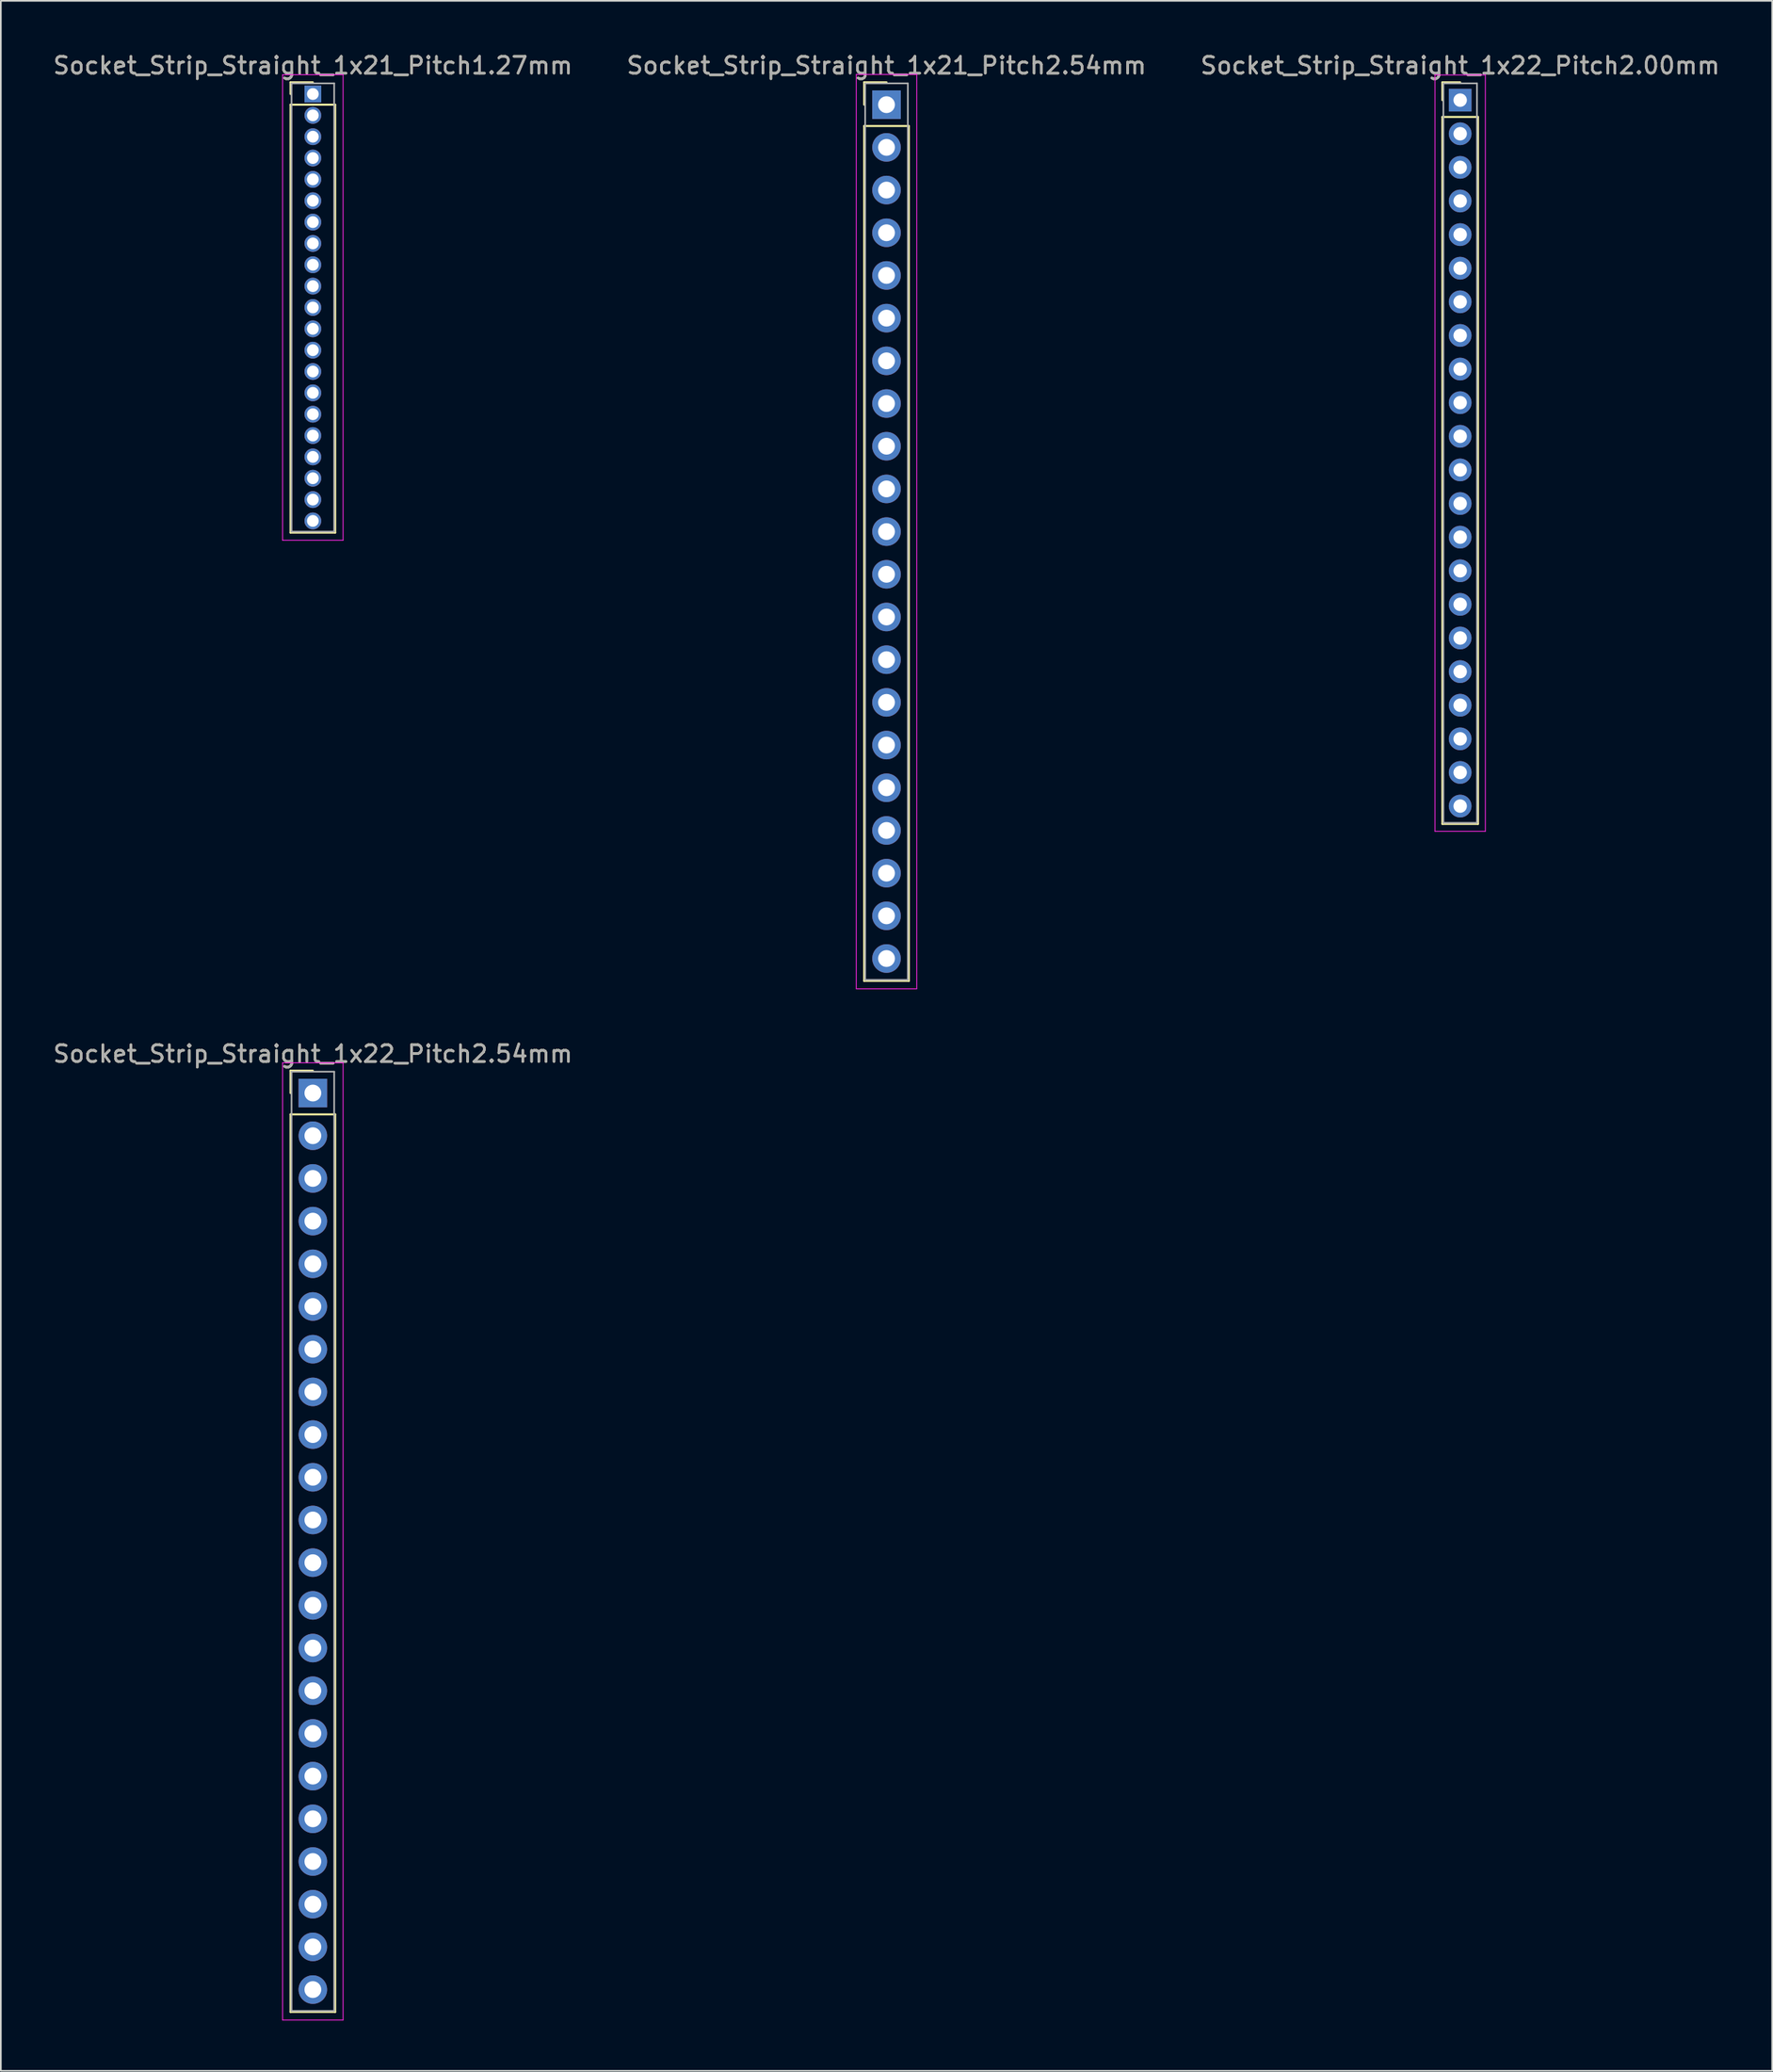
<source format=kicad_pcb>
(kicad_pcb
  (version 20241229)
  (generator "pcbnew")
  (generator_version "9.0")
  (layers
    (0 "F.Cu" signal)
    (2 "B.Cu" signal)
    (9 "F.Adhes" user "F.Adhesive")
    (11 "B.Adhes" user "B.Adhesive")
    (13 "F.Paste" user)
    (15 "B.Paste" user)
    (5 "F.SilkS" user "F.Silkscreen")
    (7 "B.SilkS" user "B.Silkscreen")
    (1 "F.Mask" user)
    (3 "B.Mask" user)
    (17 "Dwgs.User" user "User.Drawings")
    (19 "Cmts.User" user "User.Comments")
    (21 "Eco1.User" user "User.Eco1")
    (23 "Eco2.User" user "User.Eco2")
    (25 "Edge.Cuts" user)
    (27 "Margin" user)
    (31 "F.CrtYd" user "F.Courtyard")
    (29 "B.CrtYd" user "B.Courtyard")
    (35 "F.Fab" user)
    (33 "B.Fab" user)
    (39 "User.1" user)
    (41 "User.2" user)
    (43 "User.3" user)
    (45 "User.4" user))
  (footprint "Socket_Strip_Straight_1x22_Pitch2.54mm"
    (layer "F.Cu")
    (at 15.577 61.981)
    (property "Reference" "Socket_Strip_Straight_1x22_Pitch2.54mm" (at 0 -2.33 0) (layer "F.SilkS") (effects (font (size 1 1) (thickness 0.15))))
    (attr through_hole)
    (fp_line (start -1.33 -1.33) (end 0 -1.33) (stroke (width 0.12) (type solid)) (layer "F.SilkS"))
    (fp_line (start -1.33 0) (end -1.33 -1.33) (stroke (width 0.12) (type solid)) (layer "F.SilkS"))
    (fp_line (start -1.33 1.27) (end -1.33 54.67) (stroke (width 0.12) (type solid)) (layer "F.SilkS"))
    (fp_line (start -1.33 54.67) (end 1.33 54.67) (stroke (width 0.12) (type solid)) (layer "F.SilkS"))
    (fp_line (start 1.33 1.27) (end -1.33 1.27) (stroke (width 0.12) (type solid)) (layer "F.SilkS"))
    (fp_line (start 1.33 54.67) (end 1.33 1.27) (stroke (width 0.12) (type solid)) (layer "F.SilkS"))
    (fp_line (start -1.8 -1.8) (end -1.8 55.15) (stroke (width 0.05) (type solid)) (layer "F.CrtYd"))
    (fp_line (start -1.8 55.15) (end 1.8 55.15) (stroke (width 0.05) (type solid)) (layer "F.CrtYd"))
    (fp_line (start 1.8 -1.8) (end -1.8 -1.8) (stroke (width 0.05) (type solid)) (layer "F.CrtYd"))
    (fp_line (start 1.8 55.15) (end 1.8 -1.8) (stroke (width 0.05) (type solid)) (layer "F.CrtYd"))
    (fp_line (start -1.27 -1.27) (end -1.27 54.61) (stroke (width 0.1) (type solid)) (layer "F.Fab"))
    (fp_line (start -1.27 54.61) (end 1.27 54.61) (stroke (width 0.1) (type solid)) (layer "F.Fab"))
    (fp_line (start 1.27 -1.27) (end -1.27 -1.27) (stroke (width 0.1) (type solid)) (layer "F.Fab"))
    (fp_line (start 1.27 54.61) (end 1.27 -1.27) (stroke (width 0.1) (type solid)) (layer "F.Fab"))
    (fp_text user "${REFERENCE}" (at 0 -2.33 0) (layer "F.Fab") (effects (font (size 1 1) (thickness 0.15))))
    (pad "1" thru_hole rect (at 0 0) (size 1.7 1.7) (drill 1) (layers "*.Cu" "*.Mask"))
    (pad "2" thru_hole oval (at 0 2.54) (size 1.7 1.7) (drill 1) (layers "*.Cu" "*.Mask"))
    (pad "3" thru_hole oval (at 0 5.08) (size 1.7 1.7) (drill 1) (layers "*.Cu" "*.Mask"))
    (pad "4" thru_hole oval (at 0 7.62) (size 1.7 1.7) (drill 1) (layers "*.Cu" "*.Mask"))
    (pad "5" thru_hole oval (at 0 10.16) (size 1.7 1.7) (drill 1) (layers "*.Cu" "*.Mask"))
    (pad "6" thru_hole oval (at 0 12.7) (size 1.7 1.7) (drill 1) (layers "*.Cu" "*.Mask"))
    (pad "7" thru_hole oval (at 0 15.24) (size 1.7 1.7) (drill 1) (layers "*.Cu" "*.Mask"))
    (pad "8" thru_hole oval (at 0 17.78) (size 1.7 1.7) (drill 1) (layers "*.Cu" "*.Mask"))
    (pad "9" thru_hole oval (at 0 20.32) (size 1.7 1.7) (drill 1) (layers "*.Cu" "*.Mask"))
    (pad "10" thru_hole oval (at 0 22.86) (size 1.7 1.7) (drill 1) (layers "*.Cu" "*.Mask"))
    (pad "11" thru_hole oval (at 0 25.4) (size 1.7 1.7) (drill 1) (layers "*.Cu" "*.Mask"))
    (pad "12" thru_hole oval (at 0 27.94) (size 1.7 1.7) (drill 1) (layers "*.Cu" "*.Mask"))
    (pad "13" thru_hole oval (at 0 30.48) (size 1.7 1.7) (drill 1) (layers "*.Cu" "*.Mask"))
    (pad "14" thru_hole oval (at 0 33.02) (size 1.7 1.7) (drill 1) (layers "*.Cu" "*.Mask"))
    (pad "15" thru_hole oval (at 0 35.56) (size 1.7 1.7) (drill 1) (layers "*.Cu" "*.Mask"))
    (pad "16" thru_hole oval (at 0 38.1) (size 1.7 1.7) (drill 1) (layers "*.Cu" "*.Mask"))
    (pad "17" thru_hole oval (at 0 40.64) (size 1.7 1.7) (drill 1) (layers "*.Cu" "*.Mask"))
    (pad "18" thru_hole oval (at 0 43.18) (size 1.7 1.7) (drill 1) (layers "*.Cu" "*.Mask"))
    (pad "19" thru_hole oval (at 0 45.72) (size 1.7 1.7) (drill 1) (layers "*.Cu" "*.Mask"))
    (pad "20" thru_hole oval (at 0 48.26) (size 1.7 1.7) (drill 1) (layers "*.Cu" "*.Mask"))
    (pad "21" thru_hole oval (at 0 50.8) (size 1.7 1.7) (drill 1) (layers "*.Cu" "*.Mask"))
    (pad "22" thru_hole oval (at 0 53.34) (size 1.7 1.7) (drill 1) (layers "*.Cu" "*.Mask")))
  (footprint "Socket_Strip_Straight_1x21_Pitch1.27mm"
    (layer "F.Cu")
    (at 15.577 2.543)
    (property "Reference" "Socket_Strip_Straight_1x21_Pitch1.27mm" (at 0 -1.695 0) (layer "F.SilkS") (effects (font (size 1 1) (thickness 0.15))))
    (attr through_hole)
    (fp_line (start -1.33 -0.695) (end 0 -0.695) (stroke (width 0.12) (type solid)) (layer "F.SilkS"))
    (fp_line (start -1.33 0) (end -1.33 -0.695) (stroke (width 0.12) (type solid)) (layer "F.SilkS"))
    (fp_line (start -1.33 0.635) (end -1.33 26.095) (stroke (width 0.12) (type solid)) (layer "F.SilkS"))
    (fp_line (start -1.33 26.095) (end 1.33 26.095) (stroke (width 0.12) (type solid)) (layer "F.SilkS"))
    (fp_line (start 1.33 0.635) (end -1.33 0.635) (stroke (width 0.12) (type solid)) (layer "F.SilkS"))
    (fp_line (start 1.33 26.095) (end 1.33 0.635) (stroke (width 0.12) (type solid)) (layer "F.SilkS"))
    (fp_line (start -1.8 -1.15) (end -1.8 26.55) (stroke (width 0.05) (type solid)) (layer "F.CrtYd"))
    (fp_line (start -1.8 26.55) (end 1.8 26.55) (stroke (width 0.05) (type solid)) (layer "F.CrtYd"))
    (fp_line (start 1.8 -1.15) (end -1.8 -1.15) (stroke (width 0.05) (type solid)) (layer "F.CrtYd"))
    (fp_line (start 1.8 26.55) (end 1.8 -1.15) (stroke (width 0.05) (type solid)) (layer "F.CrtYd"))
    (fp_line (start -1.27 -0.635) (end -1.27 26.035) (stroke (width 0.1) (type solid)) (layer "F.Fab"))
    (fp_line (start -1.27 26.035) (end 1.27 26.035) (stroke (width 0.1) (type solid)) (layer "F.Fab"))
    (fp_line (start 1.27 -0.635) (end -1.27 -0.635) (stroke (width 0.1) (type solid)) (layer "F.Fab"))
    (fp_line (start 1.27 26.035) (end 1.27 -0.635) (stroke (width 0.1) (type solid)) (layer "F.Fab"))
    (fp_text user "${REFERENCE}" (at 0 -1.695 0) (layer "F.Fab") (effects (font (size 1 1) (thickness 0.15))))
    (pad "1" thru_hole rect (at 0 0) (size 1 1) (drill 0.7) (layers "*.Cu" "*.Mask"))
    (pad "2" thru_hole oval (at 0 1.27) (size 1 1) (drill 0.7) (layers "*.Cu" "*.Mask"))
    (pad "3" thru_hole oval (at 0 2.54) (size 1 1) (drill 0.7) (layers "*.Cu" "*.Mask"))
    (pad "4" thru_hole oval (at 0 3.81) (size 1 1) (drill 0.7) (layers "*.Cu" "*.Mask"))
    (pad "5" thru_hole oval (at 0 5.08) (size 1 1) (drill 0.7) (layers "*.Cu" "*.Mask"))
    (pad "6" thru_hole oval (at 0 6.35) (size 1 1) (drill 0.7) (layers "*.Cu" "*.Mask"))
    (pad "7" thru_hole oval (at 0 7.62) (size 1 1) (drill 0.7) (layers "*.Cu" "*.Mask"))
    (pad "8" thru_hole oval (at 0 8.89) (size 1 1) (drill 0.7) (layers "*.Cu" "*.Mask"))
    (pad "9" thru_hole oval (at 0 10.16) (size 1 1) (drill 0.7) (layers "*.Cu" "*.Mask"))
    (pad "10" thru_hole oval (at 0 11.43) (size 1 1) (drill 0.7) (layers "*.Cu" "*.Mask"))
    (pad "11" thru_hole oval (at 0 12.7) (size 1 1) (drill 0.7) (layers "*.Cu" "*.Mask"))
    (pad "12" thru_hole oval (at 0 13.97) (size 1 1) (drill 0.7) (layers "*.Cu" "*.Mask"))
    (pad "13" thru_hole oval (at 0 15.24) (size 1 1) (drill 0.7) (layers "*.Cu" "*.Mask"))
    (pad "14" thru_hole oval (at 0 16.51) (size 1 1) (drill 0.7) (layers "*.Cu" "*.Mask"))
    (pad "15" thru_hole oval (at 0 17.78) (size 1 1) (drill 0.7) (layers "*.Cu" "*.Mask"))
    (pad "16" thru_hole oval (at 0 19.05) (size 1 1) (drill 0.7) (layers "*.Cu" "*.Mask"))
    (pad "17" thru_hole oval (at 0 20.32) (size 1 1) (drill 0.7) (layers "*.Cu" "*.Mask"))
    (pad "18" thru_hole oval (at 0 21.59) (size 1 1) (drill 0.7) (layers "*.Cu" "*.Mask"))
    (pad "19" thru_hole oval (at 0 22.86) (size 1 1) (drill 0.7) (layers "*.Cu" "*.Mask"))
    (pad "20" thru_hole oval (at 0 24.13) (size 1 1) (drill 0.7) (layers "*.Cu" "*.Mask"))
    (pad "21" thru_hole oval (at 0 25.4) (size 1 1) (drill 0.7) (layers "*.Cu" "*.Mask")))
  (footprint "Socket_Strip_Straight_1x21_Pitch2.54mm"
    (layer "F.Cu")
    (at 49.732 3.178)
    (property "Reference" "Socket_Strip_Straight_1x21_Pitch2.54mm" (at 0 -2.33 0) (layer "F.SilkS") (effects (font (size 1 1) (thickness 0.15))))
    (attr through_hole)
    (fp_line (start -1.33 -1.33) (end 0 -1.33) (stroke (width 0.12) (type solid)) (layer "F.SilkS"))
    (fp_line (start -1.33 0) (end -1.33 -1.33) (stroke (width 0.12) (type solid)) (layer "F.SilkS"))
    (fp_line (start -1.33 1.27) (end -1.33 52.13) (stroke (width 0.12) (type solid)) (layer "F.SilkS"))
    (fp_line (start -1.33 52.13) (end 1.33 52.13) (stroke (width 0.12) (type solid)) (layer "F.SilkS"))
    (fp_line (start 1.33 1.27) (end -1.33 1.27) (stroke (width 0.12) (type solid)) (layer "F.SilkS"))
    (fp_line (start 1.33 52.13) (end 1.33 1.27) (stroke (width 0.12) (type solid)) (layer "F.SilkS"))
    (fp_line (start -1.8 -1.8) (end -1.8 52.6) (stroke (width 0.05) (type solid)) (layer "F.CrtYd"))
    (fp_line (start -1.8 52.6) (end 1.8 52.6) (stroke (width 0.05) (type solid)) (layer "F.CrtYd"))
    (fp_line (start 1.8 -1.8) (end -1.8 -1.8) (stroke (width 0.05) (type solid)) (layer "F.CrtYd"))
    (fp_line (start 1.8 52.6) (end 1.8 -1.8) (stroke (width 0.05) (type solid)) (layer "F.CrtYd"))
    (fp_line (start -1.27 -1.27) (end -1.27 52.07) (stroke (width 0.1) (type solid)) (layer "F.Fab"))
    (fp_line (start -1.27 52.07) (end 1.27 52.07) (stroke (width 0.1) (type solid)) (layer "F.Fab"))
    (fp_line (start 1.27 -1.27) (end -1.27 -1.27) (stroke (width 0.1) (type solid)) (layer "F.Fab"))
    (fp_line (start 1.27 52.07) (end 1.27 -1.27) (stroke (width 0.1) (type solid)) (layer "F.Fab"))
    (fp_text user "${REFERENCE}" (at 0 -2.33 0) (layer "F.Fab") (effects (font (size 1 1) (thickness 0.15))))
    (pad "1" thru_hole rect (at 0 0) (size 1.7 1.7) (drill 1) (layers "*.Cu" "*.Mask"))
    (pad "2" thru_hole oval (at 0 2.54) (size 1.7 1.7) (drill 1) (layers "*.Cu" "*.Mask"))
    (pad "3" thru_hole oval (at 0 5.08) (size 1.7 1.7) (drill 1) (layers "*.Cu" "*.Mask"))
    (pad "4" thru_hole oval (at 0 7.62) (size 1.7 1.7) (drill 1) (layers "*.Cu" "*.Mask"))
    (pad "5" thru_hole oval (at 0 10.16) (size 1.7 1.7) (drill 1) (layers "*.Cu" "*.Mask"))
    (pad "6" thru_hole oval (at 0 12.7) (size 1.7 1.7) (drill 1) (layers "*.Cu" "*.Mask"))
    (pad "7" thru_hole oval (at 0 15.24) (size 1.7 1.7) (drill 1) (layers "*.Cu" "*.Mask"))
    (pad "8" thru_hole oval (at 0 17.78) (size 1.7 1.7) (drill 1) (layers "*.Cu" "*.Mask"))
    (pad "9" thru_hole oval (at 0 20.32) (size 1.7 1.7) (drill 1) (layers "*.Cu" "*.Mask"))
    (pad "10" thru_hole oval (at 0 22.86) (size 1.7 1.7) (drill 1) (layers "*.Cu" "*.Mask"))
    (pad "11" thru_hole oval (at 0 25.4) (size 1.7 1.7) (drill 1) (layers "*.Cu" "*.Mask"))
    (pad "12" thru_hole oval (at 0 27.94) (size 1.7 1.7) (drill 1) (layers "*.Cu" "*.Mask"))
    (pad "13" thru_hole oval (at 0 30.48) (size 1.7 1.7) (drill 1) (layers "*.Cu" "*.Mask"))
    (pad "14" thru_hole oval (at 0 33.02) (size 1.7 1.7) (drill 1) (layers "*.Cu" "*.Mask"))
    (pad "15" thru_hole oval (at 0 35.56) (size 1.7 1.7) (drill 1) (layers "*.Cu" "*.Mask"))
    (pad "16" thru_hole oval (at 0 38.1) (size 1.7 1.7) (drill 1) (layers "*.Cu" "*.Mask"))
    (pad "17" thru_hole oval (at 0 40.64) (size 1.7 1.7) (drill 1) (layers "*.Cu" "*.Mask"))
    (pad "18" thru_hole oval (at 0 43.18) (size 1.7 1.7) (drill 1) (layers "*.Cu" "*.Mask"))
    (pad "19" thru_hole oval (at 0 45.72) (size 1.7 1.7) (drill 1) (layers "*.Cu" "*.Mask"))
    (pad "20" thru_hole oval (at 0 48.26) (size 1.7 1.7) (drill 1) (layers "*.Cu" "*.Mask"))
    (pad "21" thru_hole oval (at 0 50.8) (size 1.7 1.7) (drill 1) (layers "*.Cu" "*.Mask")))
  (footprint "Socket_Strip_Straight_1x22_Pitch2.00mm"
    (layer "F.Cu")
    (at 83.887 2.908)
    (property "Reference" "Socket_Strip_Straight_1x22_Pitch2.00mm" (at 0 -2.06 0) (layer "F.SilkS") (effects (font (size 1 1) (thickness 0.15))))
    (attr through_hole)
    (fp_line (start -1.06 -1.06) (end 0 -1.06) (stroke (width 0.12) (type solid)) (layer "F.SilkS"))
    (fp_line (start -1.06 0) (end -1.06 -1.06) (stroke (width 0.12) (type solid)) (layer "F.SilkS"))
    (fp_line (start -1.06 1) (end -1.06 43.06) (stroke (width 0.12) (type solid)) (layer "F.SilkS"))
    (fp_line (start -1.06 43.06) (end 1.06 43.06) (stroke (width 0.12) (type solid)) (layer "F.SilkS"))
    (fp_line (start 1.06 1) (end -1.06 1) (stroke (width 0.12) (type solid)) (layer "F.SilkS"))
    (fp_line (start 1.06 43.06) (end 1.06 1) (stroke (width 0.12) (type solid)) (layer "F.SilkS"))
    (fp_line (start -1.5 -1.5) (end -1.5 43.5) (stroke (width 0.05) (type solid)) (layer "F.CrtYd"))
    (fp_line (start -1.5 43.5) (end 1.5 43.5) (stroke (width 0.05) (type solid)) (layer "F.CrtYd"))
    (fp_line (start 1.5 -1.5) (end -1.5 -1.5) (stroke (width 0.05) (type solid)) (layer "F.CrtYd"))
    (fp_line (start 1.5 43.5) (end 1.5 -1.5) (stroke (width 0.05) (type solid)) (layer "F.CrtYd"))
    (fp_line (start -1 -1) (end -1 43) (stroke (width 0.1) (type solid)) (layer "F.Fab"))
    (fp_line (start -1 43) (end 1 43) (stroke (width 0.1) (type solid)) (layer "F.Fab"))
    (fp_line (start 1 -1) (end -1 -1) (stroke (width 0.1) (type solid)) (layer "F.Fab"))
    (fp_line (start 1 43) (end 1 -1) (stroke (width 0.1) (type solid)) (layer "F.Fab"))
    (fp_text user "${REFERENCE}" (at 0 -2.06 0) (layer "F.Fab") (effects (font (size 1 1) (thickness 0.15))))
    (pad "1" thru_hole rect (at 0 0) (size 1.35 1.35) (drill 0.8) (layers "*.Cu" "*.Mask"))
    (pad "2" thru_hole oval (at 0 2) (size 1.35 1.35) (drill 0.8) (layers "*.Cu" "*.Mask"))
    (pad "3" thru_hole oval (at 0 4) (size 1.35 1.35) (drill 0.8) (layers "*.Cu" "*.Mask"))
    (pad "4" thru_hole oval (at 0 6) (size 1.35 1.35) (drill 0.8) (layers "*.Cu" "*.Mask"))
    (pad "5" thru_hole oval (at 0 8) (size 1.35 1.35) (drill 0.8) (layers "*.Cu" "*.Mask"))
    (pad "6" thru_hole oval (at 0 10) (size 1.35 1.35) (drill 0.8) (layers "*.Cu" "*.Mask"))
    (pad "7" thru_hole oval (at 0 12) (size 1.35 1.35) (drill 0.8) (layers "*.Cu" "*.Mask"))
    (pad "8" thru_hole oval (at 0 14) (size 1.35 1.35) (drill 0.8) (layers "*.Cu" "*.Mask"))
    (pad "9" thru_hole oval (at 0 16) (size 1.35 1.35) (drill 0.8) (layers "*.Cu" "*.Mask"))
    (pad "10" thru_hole oval (at 0 18) (size 1.35 1.35) (drill 0.8) (layers "*.Cu" "*.Mask"))
    (pad "11" thru_hole oval (at 0 20) (size 1.35 1.35) (drill 0.8) (layers "*.Cu" "*.Mask"))
    (pad "12" thru_hole oval (at 0 22) (size 1.35 1.35) (drill 0.8) (layers "*.Cu" "*.Mask"))
    (pad "13" thru_hole oval (at 0 24) (size 1.35 1.35) (drill 0.8) (layers "*.Cu" "*.Mask"))
    (pad "14" thru_hole oval (at 0 26) (size 1.35 1.35) (drill 0.8) (layers "*.Cu" "*.Mask"))
    (pad "15" thru_hole oval (at 0 28) (size 1.35 1.35) (drill 0.8) (layers "*.Cu" "*.Mask"))
    (pad "16" thru_hole oval (at 0 30) (size 1.35 1.35) (drill 0.8) (layers "*.Cu" "*.Mask"))
    (pad "17" thru_hole oval (at 0 32) (size 1.35 1.35) (drill 0.8) (layers "*.Cu" "*.Mask"))
    (pad "18" thru_hole oval (at 0 34) (size 1.35 1.35) (drill 0.8) (layers "*.Cu" "*.Mask"))
    (pad "19" thru_hole oval (at 0 36) (size 1.35 1.35) (drill 0.8) (layers "*.Cu" "*.Mask"))
    (pad "20" thru_hole oval (at 0 38) (size 1.35 1.35) (drill 0.8) (layers "*.Cu" "*.Mask"))
    (pad "21" thru_hole oval (at 0 40) (size 1.35 1.35) (drill 0.8) (layers "*.Cu" "*.Mask"))
    (pad "22" thru_hole oval (at 0 42) (size 1.35 1.35) (drill 0.8) (layers "*.Cu" "*.Mask")))
  (gr_rect
    (start -3 -3)
    (end 102.464 120.156)
    (stroke (width 0.1) (type default))
    (fill no)
    (layer "Edge.Cuts")))
</source>
